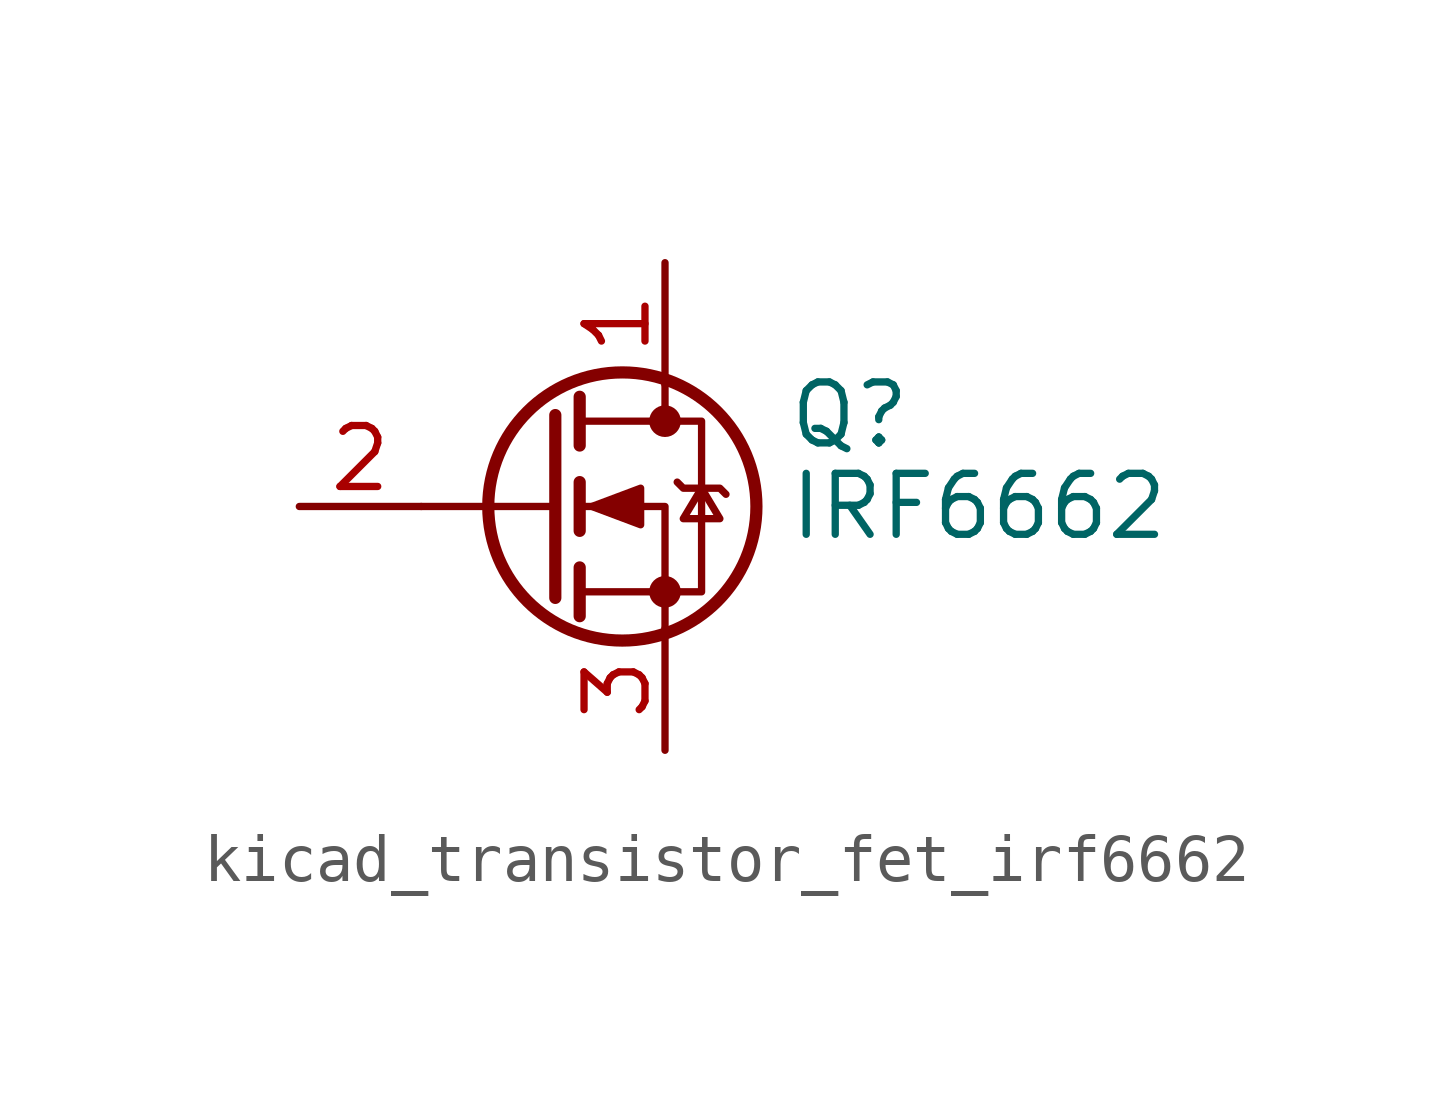
<source format=kicad_sym>
(kicad_symbol_lib
  (version 20220914)
  (generator kicad_symbol_editor)
  (symbol "kicad_transistor_fet_irf6662"
    (pin_names hide)
    (property "Reference" "Q"
      (at 5.08 1.905 0)
      (effects (font (size 1.27 1.27)) (justify left)))
    (property "Value" "IRF6662"
      (at 5.08 0 0)
      (effects (font (size 1.27 1.27)) (justify left)))
    (symbol "kicad_transistor_fet_irf6662_0_1"
      (polyline (pts (xy 0.254 0) (xy -2.54 0)) (stroke (width 0) (type default)) (fill (type none)))
      (polyline (pts (xy 0.254 1.905) (xy 0.254 -1.905)) (stroke (width 0.254) (type default)) (fill (type none)))
      (polyline (pts (xy 0.762 -1.27) (xy 0.762 -2.286)) (stroke (width 0.254) (type default)) (fill (type none)))
      (polyline (pts (xy 0.762 0.508) (xy 0.762 -0.508)) (stroke (width 0.254) (type default)) (fill (type none)))
      (polyline (pts (xy 0.762 2.286) (xy 0.762 1.27)) (stroke (width 0.254) (type default)) (fill (type none)))
      (polyline (pts (xy 2.54 2.54) (xy 2.54 1.778)) (stroke (width 0) (type default)) (fill (type none)))
      (polyline (pts (xy 2.54 -2.54) (xy 2.54 0) (xy 0.762 0)) (stroke (width 0) (type default)) (fill (type none)))
      (polyline (pts (xy 0.762 -1.778) (xy 3.302 -1.778) (xy 3.302 1.778) (xy 0.762 1.778)) (stroke (width 0) (type default)) (fill (type none)))
      (polyline (pts (xy 1.016 0) (xy 2.032 0.381) (xy 2.032 -0.381) (xy 1.016 0)) (stroke (width 0) (type default)) (fill (type outline)))
      (polyline (pts (xy 2.794 0.508) (xy 2.921 0.381) (xy 3.683 0.381) (xy 3.81 0.254)) (stroke (width 0) (type default)) (fill (type none)))
      (polyline (pts (xy 3.302 0.381) (xy 2.921 -0.254) (xy 3.683 -0.254) (xy 3.302 0.381)) (stroke (width 0) (type default)) (fill (type none)))
      (circle (center 1.651 0) (radius 2.794) (stroke (width 0.254) (type default)) (fill (type none)))
      (circle (center 2.54 -1.778) (radius 0.254) (stroke (width 0) (type default)) (fill (type outline)))
      (circle (center 2.54 1.778) (radius 0.254) (stroke (width 0) (type default)) (fill (type outline))))
    (symbol "kicad_transistor_fet_irf6662_1_1"
      (pin passive line (at 2.54 5.08 270) (length 2.54) (name "D" (effects (font (size 1.27 1.27)))) (number "1" (effects (font (size 1.27 1.27)))))
      (pin input line (at -5.08 0 0) (length 2.54) (name "G" (effects (font (size 1.27 1.27)))) (number "2" (effects (font (size 1.27 1.27)))))
      (pin passive line (at 2.54 -5.08 90) (length 2.54) (name "S" (effects (font (size 1.27 1.27)))) (number "3" (effects (font (size 1.27 1.27))))))))
</source>
